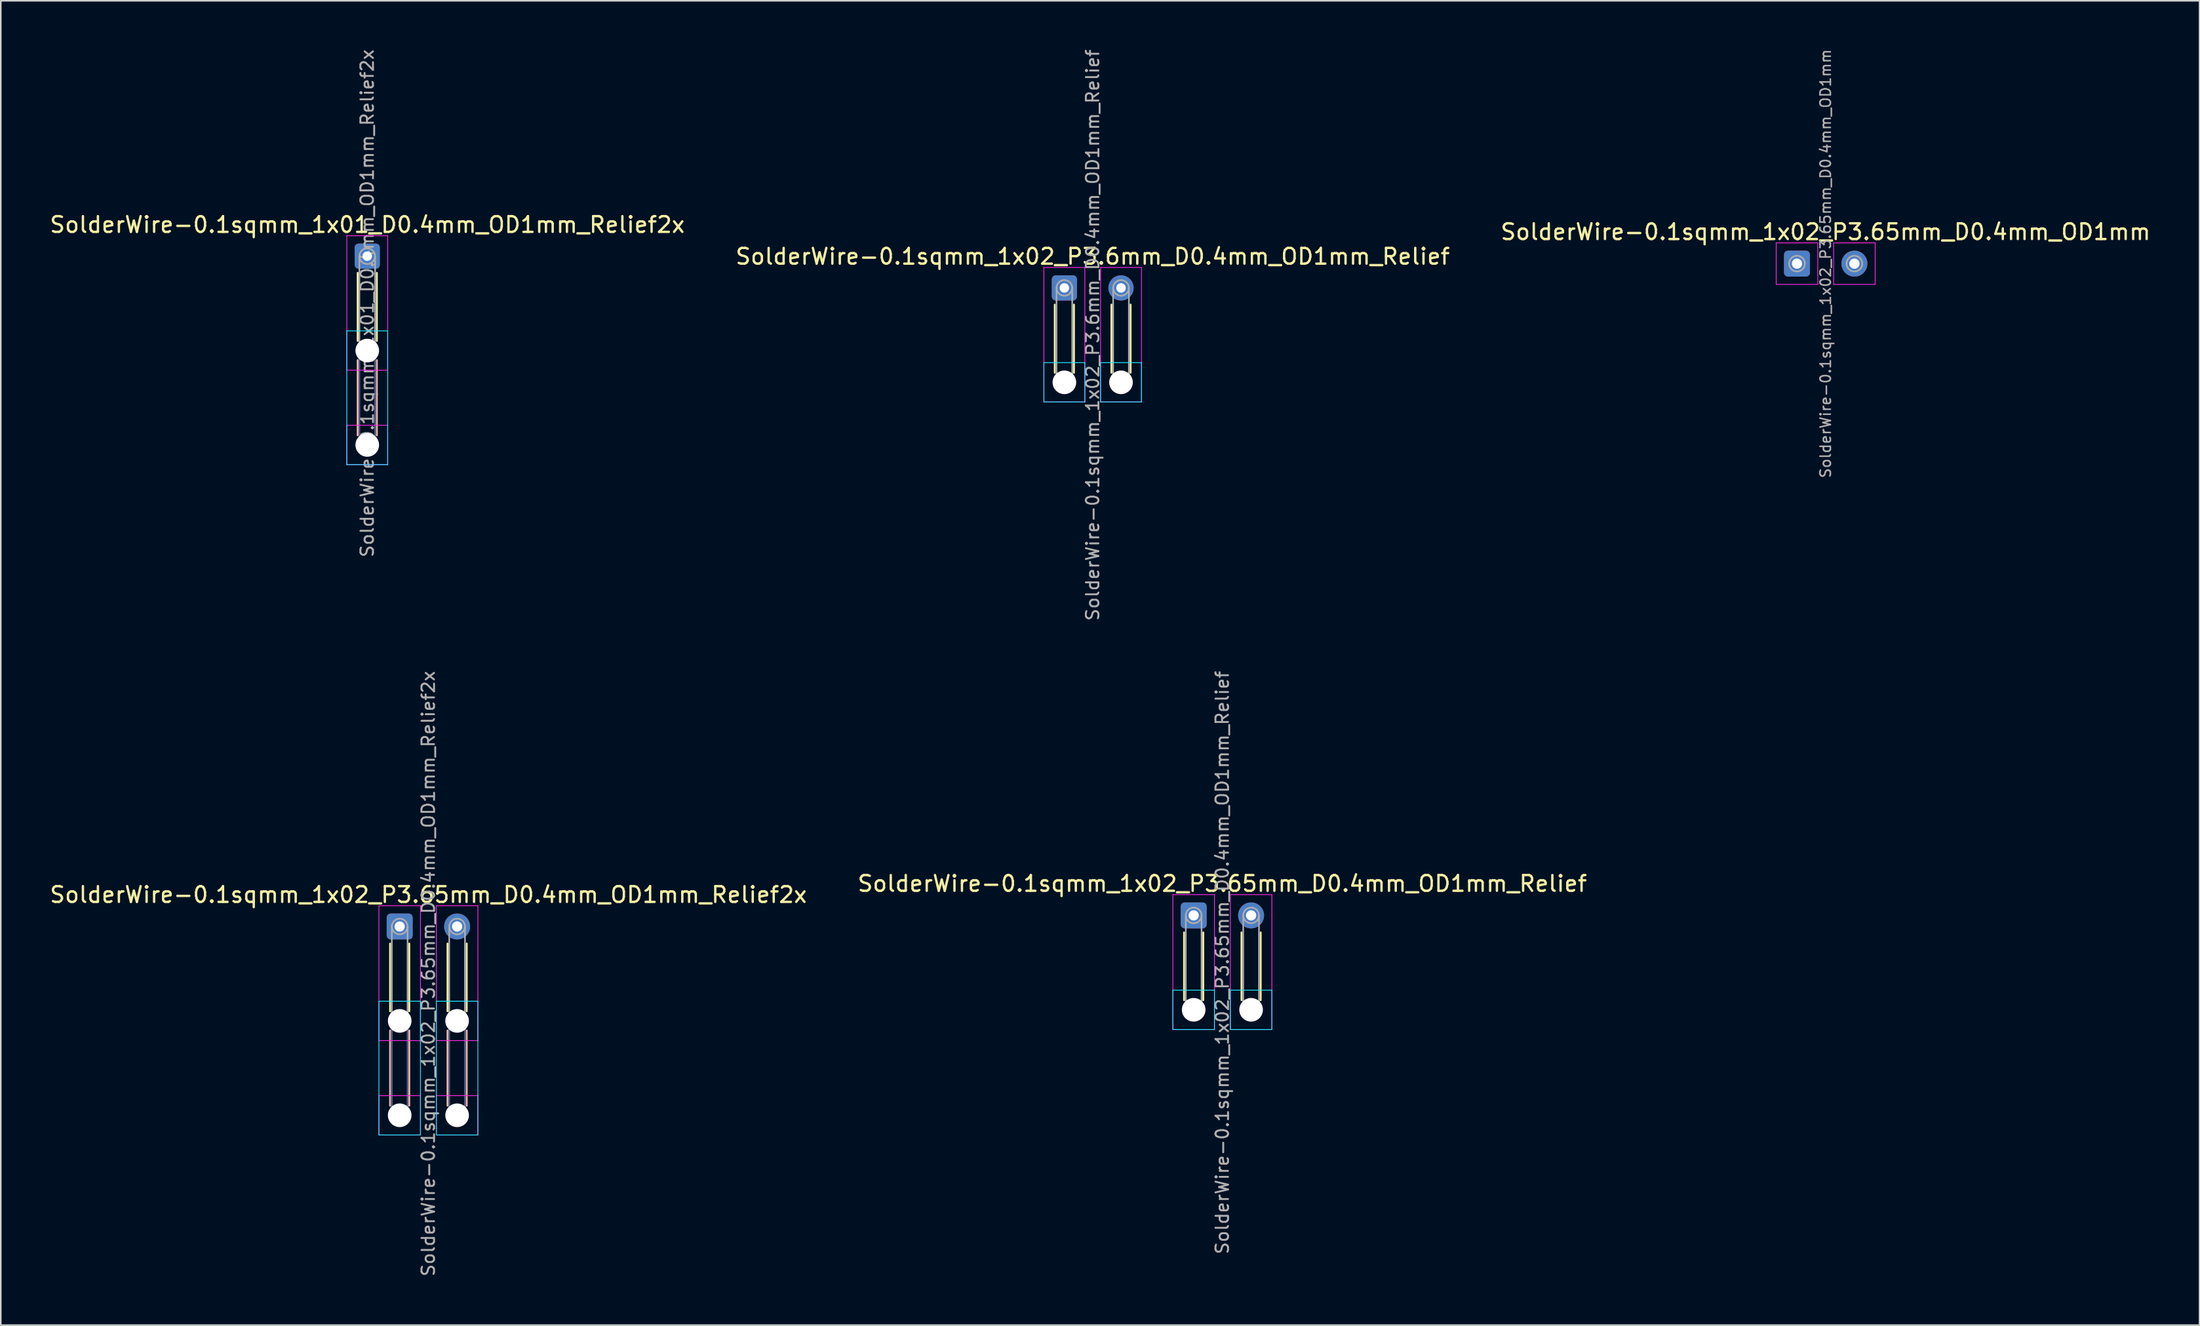
<source format=kicad_pcb>
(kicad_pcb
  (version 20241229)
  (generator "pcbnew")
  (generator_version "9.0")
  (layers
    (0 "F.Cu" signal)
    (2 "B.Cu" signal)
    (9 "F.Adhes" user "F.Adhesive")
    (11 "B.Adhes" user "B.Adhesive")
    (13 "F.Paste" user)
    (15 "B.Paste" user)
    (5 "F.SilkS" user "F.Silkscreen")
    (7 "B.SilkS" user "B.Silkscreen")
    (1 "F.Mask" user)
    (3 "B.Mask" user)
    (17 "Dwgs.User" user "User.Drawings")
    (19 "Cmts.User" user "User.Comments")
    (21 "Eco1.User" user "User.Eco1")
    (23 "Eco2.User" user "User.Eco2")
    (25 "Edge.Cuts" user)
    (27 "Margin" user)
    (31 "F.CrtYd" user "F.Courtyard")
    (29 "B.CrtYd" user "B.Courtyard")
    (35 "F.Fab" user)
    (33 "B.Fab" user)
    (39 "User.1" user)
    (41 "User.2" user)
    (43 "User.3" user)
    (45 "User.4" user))
  (footprint "SolderWire-0.1sqmm_1x02_P3.65mm_D0.4mm_OD1mm_Relief"
    (layer "F.Cu")
    (at 72.817 55.138)
    (property "Reference" "SolderWire-0.1sqmm_1x02_P3.65mm_D0.4mm_OD1mm_Relief" (at 1.82 -2.02 0) (layer "F.SilkS") (effects (font (size 1 1) (thickness 0.15))))
    (attr exclude_from_pos_files exclude_from_bom)
    (fp_line (start -0.61 1.085) (end -0.61 5.39) (stroke (width 0.12) (type solid)) (layer "F.SilkS"))
    (fp_line (start 0.61 1.085) (end 0.61 5.39) (stroke (width 0.12) (type solid)) (layer "F.SilkS"))
    (fp_line (start 3.04 1.085) (end 3.04 5.39) (stroke (width 0.12) (type solid)) (layer "F.SilkS"))
    (fp_line (start 4.26 1.085) (end 4.26 5.39) (stroke (width 0.12) (type solid)) (layer "F.SilkS"))
    (fp_line (start -1.32 4.75) (end -1.32 7.25) (stroke (width 0.05) (type solid)) (layer "B.CrtYd"))
    (fp_line (start -1.32 7.25) (end 1.32 7.25) (stroke (width 0.05) (type solid)) (layer "B.CrtYd"))
    (fp_line (start 1.32 4.75) (end -1.32 4.75) (stroke (width 0.05) (type solid)) (layer "B.CrtYd"))
    (fp_line (start 1.32 7.25) (end 1.32 4.75) (stroke (width 0.05) (type solid)) (layer "B.CrtYd"))
    (fp_line (start 2.33 4.75) (end 2.33 7.25) (stroke (width 0.05) (type solid)) (layer "B.CrtYd"))
    (fp_line (start 2.33 7.25) (end 4.97 7.25) (stroke (width 0.05) (type solid)) (layer "B.CrtYd"))
    (fp_line (start 4.97 4.75) (end 2.33 4.75) (stroke (width 0.05) (type solid)) (layer "B.CrtYd"))
    (fp_line (start 4.97 7.25) (end 4.97 4.75) (stroke (width 0.05) (type solid)) (layer "B.CrtYd"))
    (fp_line (start -1.32 -1.32) (end -1.32 7.25) (stroke (width 0.05) (type solid)) (layer "F.CrtYd"))
    (fp_line (start -1.32 7.25) (end 1.32 7.25) (stroke (width 0.05) (type solid)) (layer "F.CrtYd"))
    (fp_line (start 1.32 -1.32) (end -1.32 -1.32) (stroke (width 0.05) (type solid)) (layer "F.CrtYd"))
    (fp_line (start 1.32 7.25) (end 1.32 -1.32) (stroke (width 0.05) (type solid)) (layer "F.CrtYd"))
    (fp_line (start 2.33 -1.32) (end 2.33 7.25) (stroke (width 0.05) (type solid)) (layer "F.CrtYd"))
    (fp_line (start 2.33 7.25) (end 4.97 7.25) (stroke (width 0.05) (type solid)) (layer "F.CrtYd"))
    (fp_line (start 4.97 -1.32) (end 2.33 -1.32) (stroke (width 0.05) (type solid)) (layer "F.CrtYd"))
    (fp_line (start 4.97 7.25) (end 4.97 -1.32) (stroke (width 0.05) (type solid)) (layer "F.CrtYd"))
    (fp_line (start -0.5 0) (end -0.5 6) (stroke (width 0.1) (type solid)) (layer "F.Fab"))
    (fp_line (start 0.5 0) (end 0.5 6) (stroke (width 0.1) (type solid)) (layer "F.Fab"))
    (fp_line (start 3.15 0) (end 3.15 6) (stroke (width 0.1) (type solid)) (layer "F.Fab"))
    (fp_line (start 4.15 0) (end 4.15 6) (stroke (width 0.1) (type solid)) (layer "F.Fab"))
    (fp_circle (center 0 0) (end 0.5 0) (stroke (width 0.1) (type solid)) (fill no) (layer "F.Fab"))
    (fp_circle (center 0 6) (end 0.5 6) (stroke (width 0.1) (type solid)) (fill no) (layer "F.Fab"))
    (fp_circle (center 3.65 0) (end 4.15 0) (stroke (width 0.1) (type solid)) (fill no) (layer "F.Fab"))
    (fp_circle (center 3.65 6) (end 4.15 6) (stroke (width 0.1) (type solid)) (fill no) (layer "F.Fab"))
    (fp_text user "${REFERENCE}" (at 1.82 3 90) (layer "F.Fab") (effects (font (size 0.8 0.8) (thickness 0.12))))
    (pad "" np_thru_hole circle (at 0 6) (size 1.5 1.5) (drill 1.5) (layers "*.Cu" "*.Mask"))
    (pad "" np_thru_hole circle (at 3.65 6) (size 1.5 1.5) (drill 1.5) (layers "*.Cu" "*.Mask"))
    (pad "1" thru_hole roundrect (at 0 0) (size 1.65 1.65) (drill 0.65) (layers "*.Cu" "*.Mask") (roundrect_rratio 0.152))
    (pad "2" thru_hole circle (at 3.65 0) (size 1.65 1.65) (drill 0.65) (layers "*.Cu" "*.Mask")))
  (footprint "SolderWire-0.1sqmm_1x02_P3.65mm_D0.4mm_OD1mm"
    (layer "F.Cu")
    (at 111.162 13.708)
    (property "Reference" "SolderWire-0.1sqmm_1x02_P3.65mm_D0.4mm_OD1mm" (at 1.82 -2.02 0) (layer "F.SilkS") (effects (font (size 1 1) (thickness 0.15))))
    (attr exclude_from_pos_files exclude_from_bom)
    (fp_line (start -1.32 -1.32) (end -1.32 1.32) (stroke (width 0.05) (type solid)) (layer "F.CrtYd"))
    (fp_line (start -1.32 1.32) (end 1.32 1.32) (stroke (width 0.05) (type solid)) (layer "F.CrtYd"))
    (fp_line (start 1.32 -1.32) (end -1.32 -1.32) (stroke (width 0.05) (type solid)) (layer "F.CrtYd"))
    (fp_line (start 1.32 1.32) (end 1.32 -1.32) (stroke (width 0.05) (type solid)) (layer "F.CrtYd"))
    (fp_line (start 2.33 -1.32) (end 2.33 1.32) (stroke (width 0.05) (type solid)) (layer "F.CrtYd"))
    (fp_line (start 2.33 1.32) (end 4.97 1.32) (stroke (width 0.05) (type solid)) (layer "F.CrtYd"))
    (fp_line (start 4.97 -1.32) (end 2.33 -1.32) (stroke (width 0.05) (type solid)) (layer "F.CrtYd"))
    (fp_line (start 4.97 1.32) (end 4.97 -1.32) (stroke (width 0.05) (type solid)) (layer "F.CrtYd"))
    (fp_circle (center 0 0) (end 0.5 0) (stroke (width 0.1) (type solid)) (fill no) (layer "F.Fab"))
    (fp_circle (center 3.65 0) (end 4.15 0) (stroke (width 0.1) (type solid)) (fill no) (layer "F.Fab"))
    (fp_text user "${REFERENCE}" (at 1.82 0 90) (layer "F.Fab") (effects (font (size 0.66 0.66) (thickness 0.1))))
    (pad "1" thru_hole roundrect (at 0 0) (size 1.65 1.65) (drill 0.65) (layers "*.Cu" "*.Mask") (roundrect_rratio 0.152))
    (pad "2" thru_hole circle (at 3.65 0) (size 1.65 1.65) (drill 0.65) (layers "*.Cu" "*.Mask")))
  (footprint "SolderWire-0.1sqmm_1x02_P3.65mm_D0.4mm_OD1mm_Relief2x"
    (layer "F.Cu")
    (at 22.353 55.843)
    (property "Reference" "SolderWire-0.1sqmm_1x02_P3.65mm_D0.4mm_OD1mm_Relief2x" (at 1.82 -2.02 0) (layer "F.SilkS") (effects (font (size 1 1) (thickness 0.15))))
    (attr exclude_from_pos_files exclude_from_bom)
    (fp_line (start -0.61 1.085) (end -0.61 5.39) (stroke (width 0.12) (type solid)) (layer "F.SilkS"))
    (fp_line (start 0.61 1.085) (end 0.61 5.39) (stroke (width 0.12) (type solid)) (layer "F.SilkS"))
    (fp_line (start 3.04 1.085) (end 3.04 5.39) (stroke (width 0.12) (type solid)) (layer "F.SilkS"))
    (fp_line (start 4.26 1.085) (end 4.26 5.39) (stroke (width 0.12) (type solid)) (layer "F.SilkS"))
    (fp_line (start -0.61 6.61) (end -0.61 11.39) (stroke (width 0.12) (type solid)) (layer "B.SilkS"))
    (fp_line (start 0.61 6.61) (end 0.61 11.39) (stroke (width 0.12) (type solid)) (layer "B.SilkS"))
    (fp_line (start 3.04 6.61) (end 3.04 11.39) (stroke (width 0.12) (type solid)) (layer "B.SilkS"))
    (fp_line (start 4.26 6.61) (end 4.26 11.39) (stroke (width 0.12) (type solid)) (layer "B.SilkS"))
    (fp_line (start -1.32 4.75) (end -1.32 13.25) (stroke (width 0.05) (type solid)) (layer "B.CrtYd"))
    (fp_line (start -1.32 13.25) (end 1.32 13.25) (stroke (width 0.05) (type solid)) (layer "B.CrtYd"))
    (fp_line (start 1.32 4.75) (end -1.32 4.75) (stroke (width 0.05) (type solid)) (layer "B.CrtYd"))
    (fp_line (start 1.32 13.25) (end 1.32 4.75) (stroke (width 0.05) (type solid)) (layer "B.CrtYd"))
    (fp_line (start 2.33 4.75) (end 2.33 13.25) (stroke (width 0.05) (type solid)) (layer "B.CrtYd"))
    (fp_line (start 2.33 13.25) (end 4.97 13.25) (stroke (width 0.05) (type solid)) (layer "B.CrtYd"))
    (fp_line (start 4.97 4.75) (end 2.33 4.75) (stroke (width 0.05) (type solid)) (layer "B.CrtYd"))
    (fp_line (start 4.97 13.25) (end 4.97 4.75) (stroke (width 0.05) (type solid)) (layer "B.CrtYd"))
    (fp_line (start -1.32 -1.32) (end -1.32 7.25) (stroke (width 0.05) (type solid)) (layer "F.CrtYd"))
    (fp_line (start -1.32 7.25) (end 1.32 7.25) (stroke (width 0.05) (type solid)) (layer "F.CrtYd"))
    (fp_line (start -1.32 10.75) (end -1.32 13.25) (stroke (width 0.05) (type solid)) (layer "F.CrtYd"))
    (fp_line (start -1.32 13.25) (end 1.32 13.25) (stroke (width 0.05) (type solid)) (layer "F.CrtYd"))
    (fp_line (start 1.32 -1.32) (end -1.32 -1.32) (stroke (width 0.05) (type solid)) (layer "F.CrtYd"))
    (fp_line (start 1.32 7.25) (end 1.32 -1.32) (stroke (width 0.05) (type solid)) (layer "F.CrtYd"))
    (fp_line (start 1.32 10.75) (end -1.32 10.75) (stroke (width 0.05) (type solid)) (layer "F.CrtYd"))
    (fp_line (start 1.32 13.25) (end 1.32 10.75) (stroke (width 0.05) (type solid)) (layer "F.CrtYd"))
    (fp_line (start 2.33 -1.32) (end 2.33 7.25) (stroke (width 0.05) (type solid)) (layer "F.CrtYd"))
    (fp_line (start 2.33 7.25) (end 4.97 7.25) (stroke (width 0.05) (type solid)) (layer "F.CrtYd"))
    (fp_line (start 2.33 10.75) (end 2.33 13.25) (stroke (width 0.05) (type solid)) (layer "F.CrtYd"))
    (fp_line (start 2.33 13.25) (end 4.97 13.25) (stroke (width 0.05) (type solid)) (layer "F.CrtYd"))
    (fp_line (start 4.97 -1.32) (end 2.33 -1.32) (stroke (width 0.05) (type solid)) (layer "F.CrtYd"))
    (fp_line (start 4.97 7.25) (end 4.97 -1.32) (stroke (width 0.05) (type solid)) (layer "F.CrtYd"))
    (fp_line (start 4.97 10.75) (end 2.33 10.75) (stroke (width 0.05) (type solid)) (layer "F.CrtYd"))
    (fp_line (start 4.97 13.25) (end 4.97 10.75) (stroke (width 0.05) (type solid)) (layer "F.CrtYd"))
    (fp_line (start -0.5 6) (end -0.5 12) (stroke (width 0.1) (type solid)) (layer "B.Fab"))
    (fp_line (start 0.5 6) (end 0.5 12) (stroke (width 0.1) (type solid)) (layer "B.Fab"))
    (fp_line (start 3.15 6) (end 3.15 12) (stroke (width 0.1) (type solid)) (layer "B.Fab"))
    (fp_line (start 4.15 6) (end 4.15 12) (stroke (width 0.1) (type solid)) (layer "B.Fab"))
    (fp_circle (center 0 6) (end 0.5 6) (stroke (width 0.1) (type solid)) (fill no) (layer "B.Fab"))
    (fp_circle (center 0 12) (end 0.5 12) (stroke (width 0.1) (type solid)) (fill no) (layer "B.Fab"))
    (fp_circle (center 3.65 6) (end 4.15 6) (stroke (width 0.1) (type solid)) (fill no) (layer "B.Fab"))
    (fp_circle (center 3.65 12) (end 4.15 12) (stroke (width 0.1) (type solid)) (fill no) (layer "B.Fab"))
    (fp_line (start -0.5 0) (end -0.5 6) (stroke (width 0.1) (type solid)) (layer "F.Fab"))
    (fp_line (start 0.5 0) (end 0.5 6) (stroke (width 0.1) (type solid)) (layer "F.Fab"))
    (fp_line (start 3.15 0) (end 3.15 6) (stroke (width 0.1) (type solid)) (layer "F.Fab"))
    (fp_line (start 4.15 0) (end 4.15 6) (stroke (width 0.1) (type solid)) (layer "F.Fab"))
    (fp_circle (center 0 0) (end 0.5 0) (stroke (width 0.1) (type solid)) (fill no) (layer "F.Fab"))
    (fp_circle (center 0 6) (end 0.5 6) (stroke (width 0.1) (type solid)) (fill no) (layer "F.Fab"))
    (fp_circle (center 0 12) (end 0.5 12) (stroke (width 0.1) (type solid)) (fill no) (layer "F.Fab"))
    (fp_circle (center 3.65 0) (end 4.15 0) (stroke (width 0.1) (type solid)) (fill no) (layer "F.Fab"))
    (fp_circle (center 3.65 6) (end 4.15 6) (stroke (width 0.1) (type solid)) (fill no) (layer "F.Fab"))
    (fp_circle (center 3.65 12) (end 4.15 12) (stroke (width 0.1) (type solid)) (fill no) (layer "F.Fab"))
    (fp_text user "${REFERENCE}" (at 1.82 3 90) (layer "F.Fab") (effects (font (size 0.8 0.8) (thickness 0.12))))
    (pad "" np_thru_hole circle (at 0 6) (size 1.5 1.5) (drill 1.5) (layers "*.Cu" "*.Mask"))
    (pad "" np_thru_hole circle (at 0 12) (size 1.5 1.5) (drill 1.5) (layers "*.Cu" "*.Mask"))
    (pad "" np_thru_hole circle (at 3.65 6) (size 1.5 1.5) (drill 1.5) (layers "*.Cu" "*.Mask"))
    (pad "" np_thru_hole circle (at 3.65 12) (size 1.5 1.5) (drill 1.5) (layers "*.Cu" "*.Mask"))
    (pad "1" thru_hole roundrect (at 0 0) (size 1.65 1.65) (drill 0.65) (layers "*.Cu" "*.Mask") (roundrect_rratio 0.152))
    (pad "2" thru_hole circle (at 3.65 0) (size 1.65 1.65) (drill 0.65) (layers "*.Cu" "*.Mask")))
  (footprint "SolderWire-0.1sqmm_1x01_D0.4mm_OD1mm_Relief2x"
    (layer "F.Cu")
    (at 20.292 13.233)
    (property "Reference" "SolderWire-0.1sqmm_1x01_D0.4mm_OD1mm_Relief2x" (at 0 -2 0) (layer "F.SilkS") (effects (font (size 1 1) (thickness 0.15))))
    (attr exclude_from_pos_files exclude_from_bom)
    (fp_line (start -0.61 1.06) (end -0.61 5.39) (stroke (width 0.12) (type solid)) (layer "F.SilkS"))
    (fp_line (start 0.61 1.06) (end 0.61 5.39) (stroke (width 0.12) (type solid)) (layer "F.SilkS"))
    (fp_line (start -0.61 6.61) (end -0.61 11.39) (stroke (width 0.12) (type solid)) (layer "B.SilkS"))
    (fp_line (start 0.61 6.61) (end 0.61 11.39) (stroke (width 0.12) (type solid)) (layer "B.SilkS"))
    (fp_line (start -1.3 4.75) (end -1.3 13.25) (stroke (width 0.05) (type solid)) (layer "B.CrtYd"))
    (fp_line (start -1.3 13.25) (end 1.3 13.25) (stroke (width 0.05) (type solid)) (layer "B.CrtYd"))
    (fp_line (start 1.3 4.75) (end -1.3 4.75) (stroke (width 0.05) (type solid)) (layer "B.CrtYd"))
    (fp_line (start 1.3 13.25) (end 1.3 4.75) (stroke (width 0.05) (type solid)) (layer "B.CrtYd"))
    (fp_line (start -1.3 -1.3) (end -1.3 7.25) (stroke (width 0.05) (type solid)) (layer "F.CrtYd"))
    (fp_line (start -1.3 7.25) (end 1.3 7.25) (stroke (width 0.05) (type solid)) (layer "F.CrtYd"))
    (fp_line (start -1.3 10.75) (end -1.3 13.25) (stroke (width 0.05) (type solid)) (layer "F.CrtYd"))
    (fp_line (start -1.3 13.25) (end 1.3 13.25) (stroke (width 0.05) (type solid)) (layer "F.CrtYd"))
    (fp_line (start 1.3 -1.3) (end -1.3 -1.3) (stroke (width 0.05) (type solid)) (layer "F.CrtYd"))
    (fp_line (start 1.3 7.25) (end 1.3 -1.3) (stroke (width 0.05) (type solid)) (layer "F.CrtYd"))
    (fp_line (start 1.3 10.75) (end -1.3 10.75) (stroke (width 0.05) (type solid)) (layer "F.CrtYd"))
    (fp_line (start 1.3 13.25) (end 1.3 10.75) (stroke (width 0.05) (type solid)) (layer "F.CrtYd"))
    (fp_line (start -0.5 6) (end -0.5 12) (stroke (width 0.1) (type solid)) (layer "B.Fab"))
    (fp_line (start 0.5 6) (end 0.5 12) (stroke (width 0.1) (type solid)) (layer "B.Fab"))
    (fp_circle (center 0 6) (end 0.5 6) (stroke (width 0.1) (type solid)) (fill no) (layer "B.Fab"))
    (fp_circle (center 0 12) (end 0.5 12) (stroke (width 0.1) (type solid)) (fill no) (layer "B.Fab"))
    (fp_line (start -0.5 0) (end -0.5 6) (stroke (width 0.1) (type solid)) (layer "F.Fab"))
    (fp_line (start 0.5 0) (end 0.5 6) (stroke (width 0.1) (type solid)) (layer "F.Fab"))
    (fp_circle (center 0 0) (end 0.5 0) (stroke (width 0.1) (type solid)) (fill no) (layer "F.Fab"))
    (fp_circle (center 0 6) (end 0.5 6) (stroke (width 0.1) (type solid)) (fill no) (layer "F.Fab"))
    (fp_circle (center 0 12) (end 0.5 12) (stroke (width 0.1) (type solid)) (fill no) (layer "F.Fab"))
    (fp_text user "${REFERENCE}" (at 0 3 90) (layer "F.Fab") (effects (font (size 0.8 0.8) (thickness 0.12))))
    (pad "" np_thru_hole circle (at 0 6) (size 1.5 1.5) (drill 1.5) (layers "*.Cu" "*.Mask"))
    (pad "" np_thru_hole circle (at 0 12) (size 1.5 1.5) (drill 1.5) (layers "*.Cu" "*.Mask"))
    (pad "1" thru_hole roundrect (at 0 0) (size 1.6 1.6) (drill 0.6) (layers "*.Cu" "*.Mask") (roundrect_rratio 0.156)))
  (footprint "SolderWire-0.1sqmm_1x02_P3.6mm_D0.4mm_OD1mm_Relief"
    (layer "F.Cu")
    (at 64.599 15.252)
    (property "Reference" "SolderWire-0.1sqmm_1x02_P3.6mm_D0.4mm_OD1mm_Relief" (at 1.8 -2 0) (layer "F.SilkS") (effects (font (size 1 1) (thickness 0.15))))
    (attr exclude_from_pos_files exclude_from_bom)
    (fp_line (start -0.61 1.06) (end -0.61 5.39) (stroke (width 0.12) (type solid)) (layer "F.SilkS"))
    (fp_line (start 0.61 1.06) (end 0.61 5.39) (stroke (width 0.12) (type solid)) (layer "F.SilkS"))
    (fp_line (start 2.99 1.06) (end 2.99 5.39) (stroke (width 0.12) (type solid)) (layer "F.SilkS"))
    (fp_line (start 4.21 1.06) (end 4.21 5.39) (stroke (width 0.12) (type solid)) (layer "F.SilkS"))
    (fp_line (start -1.3 4.75) (end -1.3 7.25) (stroke (width 0.05) (type solid)) (layer "B.CrtYd"))
    (fp_line (start -1.3 7.25) (end 1.3 7.25) (stroke (width 0.05) (type solid)) (layer "B.CrtYd"))
    (fp_line (start 1.3 4.75) (end -1.3 4.75) (stroke (width 0.05) (type solid)) (layer "B.CrtYd"))
    (fp_line (start 1.3 7.25) (end 1.3 4.75) (stroke (width 0.05) (type solid)) (layer "B.CrtYd"))
    (fp_line (start 2.3 4.75) (end 2.3 7.25) (stroke (width 0.05) (type solid)) (layer "B.CrtYd"))
    (fp_line (start 2.3 7.25) (end 4.9 7.25) (stroke (width 0.05) (type solid)) (layer "B.CrtYd"))
    (fp_line (start 4.9 4.75) (end 2.3 4.75) (stroke (width 0.05) (type solid)) (layer "B.CrtYd"))
    (fp_line (start 4.9 7.25) (end 4.9 4.75) (stroke (width 0.05) (type solid)) (layer "B.CrtYd"))
    (fp_line (start -1.3 -1.3) (end -1.3 7.25) (stroke (width 0.05) (type solid)) (layer "F.CrtYd"))
    (fp_line (start -1.3 7.25) (end 1.3 7.25) (stroke (width 0.05) (type solid)) (layer "F.CrtYd"))
    (fp_line (start 1.3 -1.3) (end -1.3 -1.3) (stroke (width 0.05) (type solid)) (layer "F.CrtYd"))
    (fp_line (start 1.3 7.25) (end 1.3 -1.3) (stroke (width 0.05) (type solid)) (layer "F.CrtYd"))
    (fp_line (start 2.3 -1.3) (end 2.3 7.25) (stroke (width 0.05) (type solid)) (layer "F.CrtYd"))
    (fp_line (start 2.3 7.25) (end 4.9 7.25) (stroke (width 0.05) (type solid)) (layer "F.CrtYd"))
    (fp_line (start 4.9 -1.3) (end 2.3 -1.3) (stroke (width 0.05) (type solid)) (layer "F.CrtYd"))
    (fp_line (start 4.9 7.25) (end 4.9 -1.3) (stroke (width 0.05) (type solid)) (layer "F.CrtYd"))
    (fp_line (start -0.5 0) (end -0.5 6) (stroke (width 0.1) (type solid)) (layer "F.Fab"))
    (fp_line (start 0.5 0) (end 0.5 6) (stroke (width 0.1) (type solid)) (layer "F.Fab"))
    (fp_line (start 3.1 0) (end 3.1 6) (stroke (width 0.1) (type solid)) (layer "F.Fab"))
    (fp_line (start 4.1 0) (end 4.1 6) (stroke (width 0.1) (type solid)) (layer "F.Fab"))
    (fp_circle (center 0 0) (end 0.5 0) (stroke (width 0.1) (type solid)) (fill no) (layer "F.Fab"))
    (fp_circle (center 0 6) (end 0.5 6) (stroke (width 0.1) (type solid)) (fill no) (layer "F.Fab"))
    (fp_circle (center 3.6 0) (end 4.1 0) (stroke (width 0.1) (type solid)) (fill no) (layer "F.Fab"))
    (fp_circle (center 3.6 6) (end 4.1 6) (stroke (width 0.1) (type solid)) (fill no) (layer "F.Fab"))
    (fp_text user "${REFERENCE}" (at 1.8 3 90) (layer "F.Fab") (effects (font (size 0.8 0.8) (thickness 0.12))))
    (pad "" np_thru_hole circle (at 0 6) (size 1.5 1.5) (drill 1.5) (layers "*.Cu" "*.Mask"))
    (pad "" np_thru_hole circle (at 3.6 6) (size 1.5 1.5) (drill 1.5) (layers "*.Cu" "*.Mask"))
    (pad "1" thru_hole roundrect (at 0 0) (size 1.6 1.6) (drill 0.6) (layers "*.Cu" "*.Mask") (roundrect_rratio 0.156))
    (pad "2" thru_hole circle (at 3.6 0) (size 1.6 1.6) (drill 0.6) (layers "*.Cu" "*.Mask")))
  (gr_rect
    (start -3 -3)
    (end 136.75 81.181)
    (stroke (width 0.1) (type default))
    (fill no)
    (layer "Edge.Cuts")))
</source>
